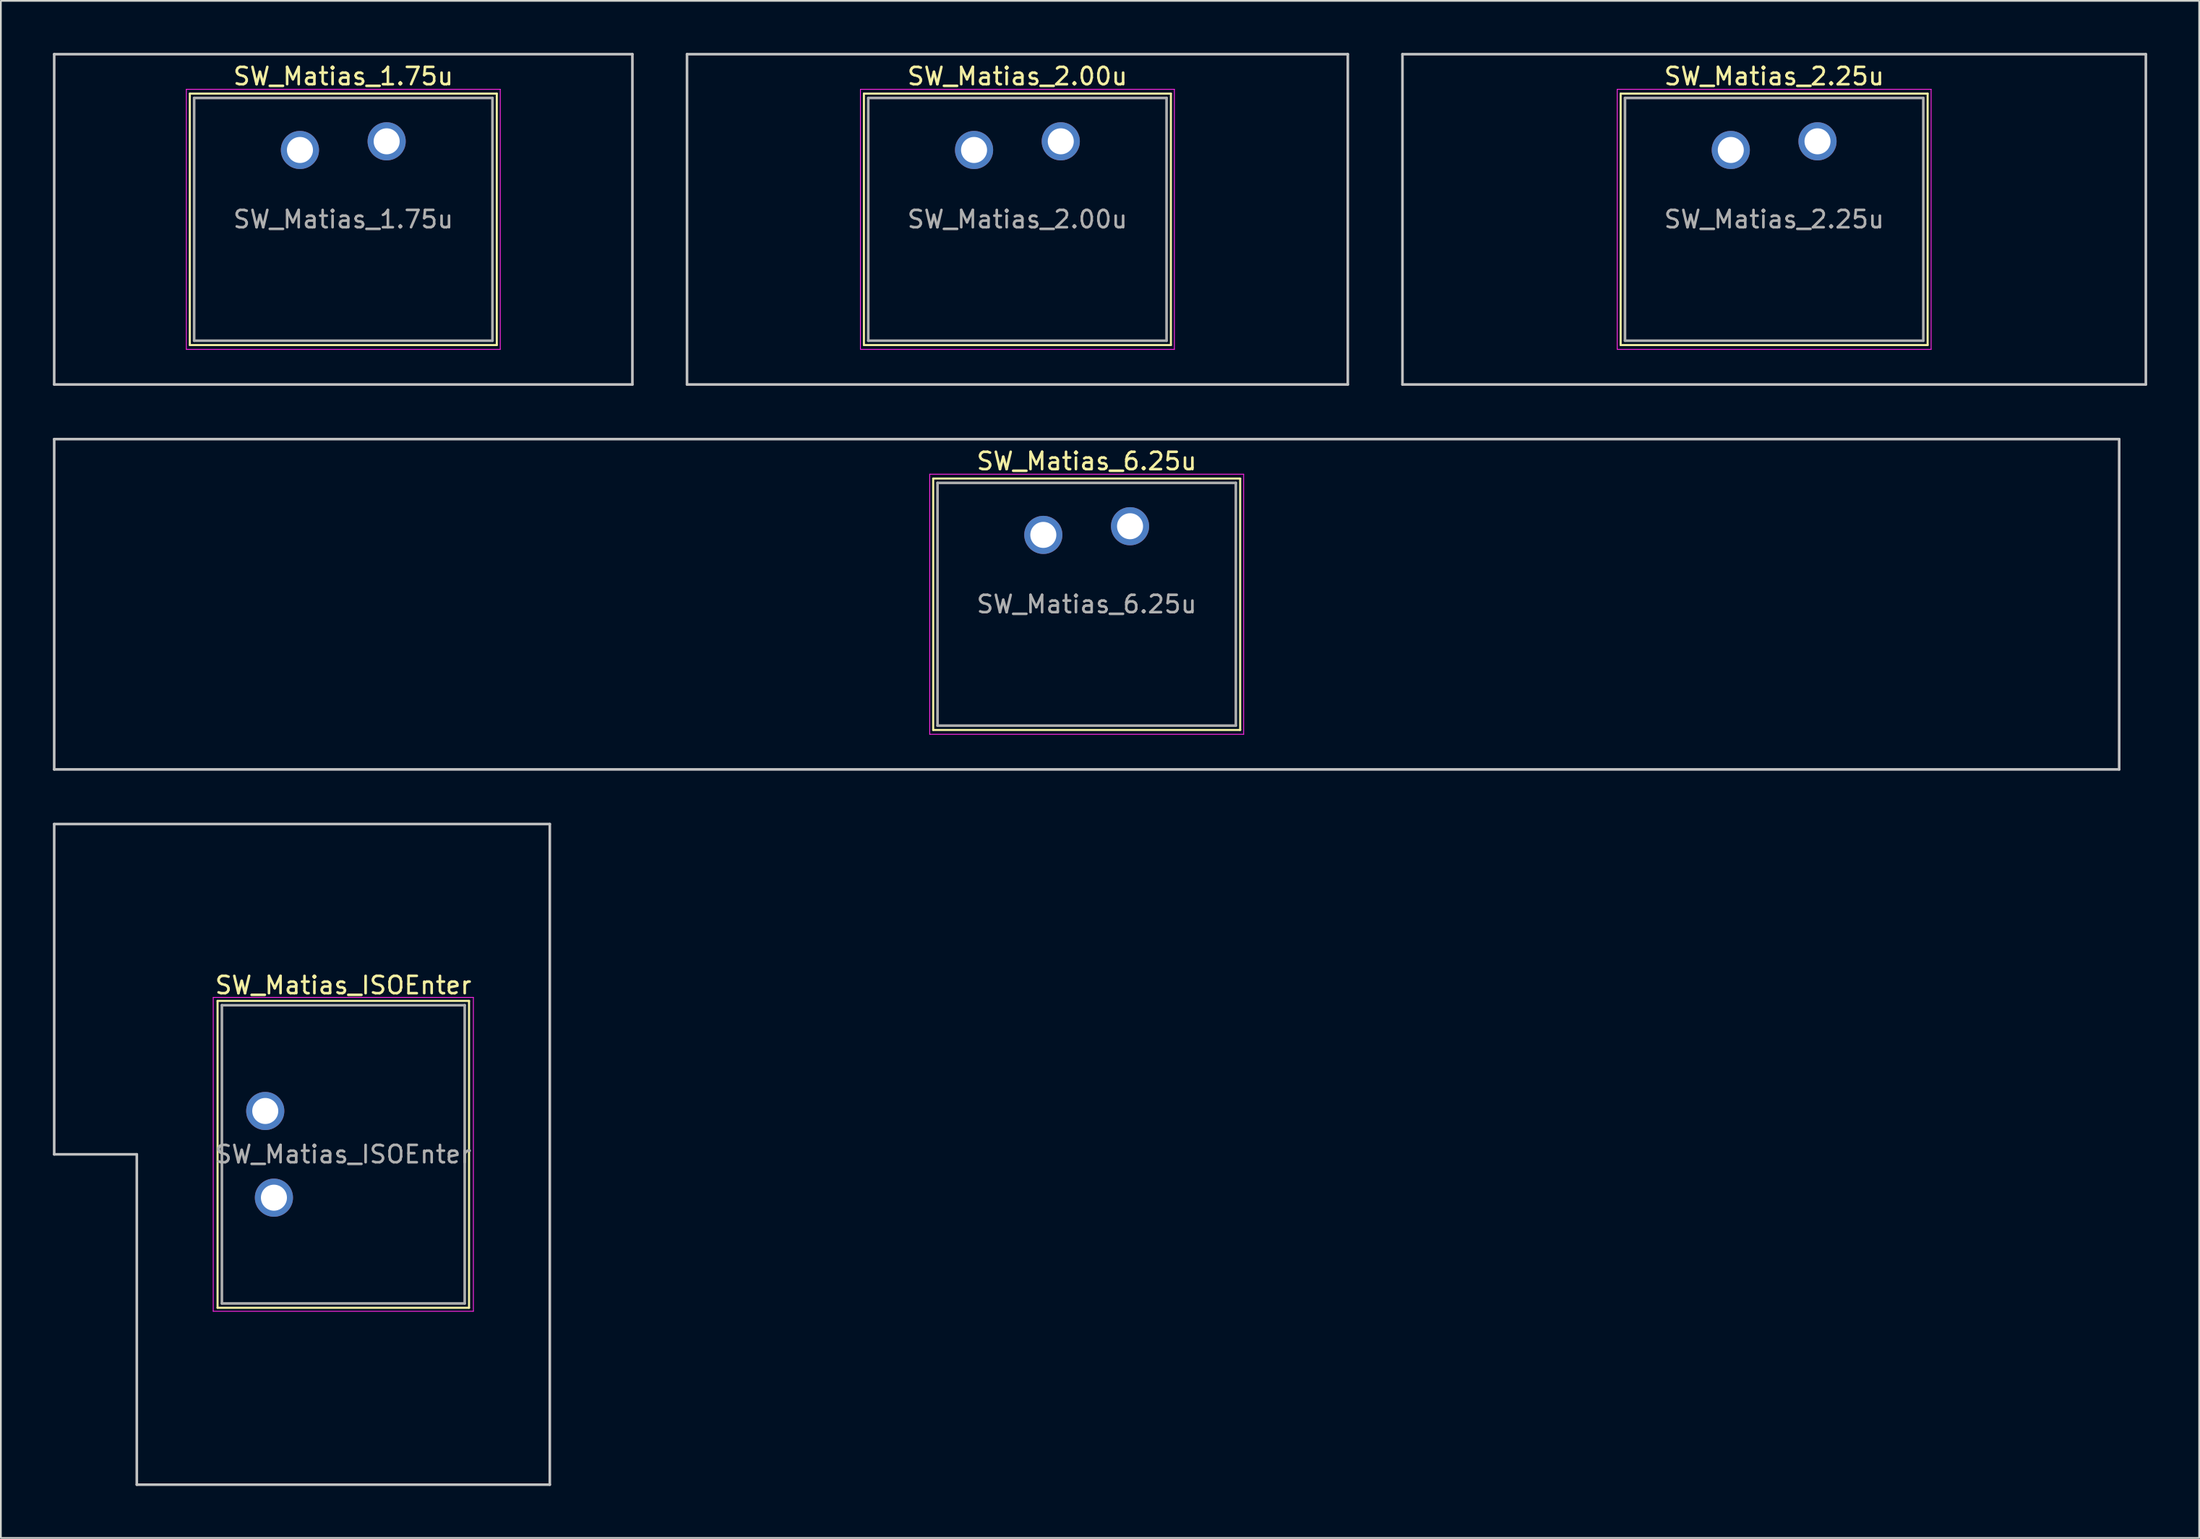
<source format=kicad_pcb>
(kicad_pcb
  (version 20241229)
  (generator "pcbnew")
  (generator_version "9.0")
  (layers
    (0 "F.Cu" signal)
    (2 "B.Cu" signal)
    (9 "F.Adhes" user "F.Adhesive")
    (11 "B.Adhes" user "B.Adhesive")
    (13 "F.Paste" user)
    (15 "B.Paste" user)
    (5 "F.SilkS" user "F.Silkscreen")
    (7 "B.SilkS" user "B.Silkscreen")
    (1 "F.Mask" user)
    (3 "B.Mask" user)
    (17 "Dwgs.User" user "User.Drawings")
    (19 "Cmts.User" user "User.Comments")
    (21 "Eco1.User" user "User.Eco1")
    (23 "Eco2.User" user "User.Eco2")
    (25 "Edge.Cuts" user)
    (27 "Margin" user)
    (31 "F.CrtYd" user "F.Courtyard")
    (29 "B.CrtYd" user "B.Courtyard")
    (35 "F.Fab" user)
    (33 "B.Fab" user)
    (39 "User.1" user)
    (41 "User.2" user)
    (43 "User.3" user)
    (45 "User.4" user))
  (footprint "SW_Matias_2.25u"
    (layer "F.Cu")
    (at 101.744 5.1)
    (property "Reference" "SW_Matias_2.25u" (at -2.5 -3.75 0) (layer "F.SilkS") (effects (font (size 1 1) (thickness 0.15))))
    (attr through_hole)
    (fp_line (start -11.35 -2.75) (end 6.35 -2.75) (stroke (width 0.12) (type solid)) (layer "F.SilkS"))
    (fp_line (start -11.35 11.75) (end -11.35 -2.75) (stroke (width 0.12) (type solid)) (layer "F.SilkS"))
    (fp_line (start 6.35 -2.75) (end 6.35 11.75) (stroke (width 0.12) (type solid)) (layer "F.SilkS"))
    (fp_line (start 6.35 11.75) (end -11.35 11.75) (stroke (width 0.12) (type solid)) (layer "F.SilkS"))
    (fp_line (start -23.931 -5.025) (end 18.931 -5.025) (stroke (width 0.15) (type solid)) (layer "Dwgs.User"))
    (fp_line (start -23.931 14.025) (end -23.931 -5.025) (stroke (width 0.15) (type solid)) (layer "Dwgs.User"))
    (fp_line (start 18.931 -5.025) (end 18.931 14.025) (stroke (width 0.15) (type solid)) (layer "Dwgs.User"))
    (fp_line (start 18.931 14.025) (end -23.931 14.025) (stroke (width 0.15) (type solid)) (layer "Dwgs.User"))
    (fp_line (start -11.55 -3) (end -11.55 12) (stroke (width 0.05) (type solid)) (layer "F.CrtYd"))
    (fp_line (start -11.55 -3) (end 6.55 -3) (stroke (width 0.05) (type solid)) (layer "F.CrtYd"))
    (fp_line (start -11.55 12) (end 6.55 12) (stroke (width 0.05) (type solid)) (layer "F.CrtYd"))
    (fp_line (start 6.55 12) (end 6.55 -3) (stroke (width 0.05) (type solid)) (layer "F.CrtYd"))
    (fp_line (start -11.1 -2.5) (end 6.1 -2.5) (stroke (width 0.15) (type solid)) (layer "F.Fab"))
    (fp_line (start -11.1 11.5) (end -11.1 -2.5) (stroke (width 0.15) (type solid)) (layer "F.Fab"))
    (fp_line (start 6.1 -2.5) (end 6.1 11.5) (stroke (width 0.15) (type solid)) (layer "F.Fab"))
    (fp_line (start 6.1 11.5) (end -11.1 11.5) (stroke (width 0.15) (type solid)) (layer "F.Fab"))
    (fp_text user "${REFERENCE}" (at -2.5 4.5 0) (layer "F.Fab") (effects (font (size 1 1) (thickness 0.15))))
    (pad "1" thru_hole circle (at 0 0) (size 2.2 2.2) (drill 1.5) (layers "*.Cu" "*.Mask"))
    (pad "2" thru_hole circle (at -5 0.5) (size 2.2 2.2) (drill 1.5) (layers "*.Cu" "*.Mask")))
  (footprint "SW_Matias_ISOEnter"
    (layer "F.Cu")
    (at 12.244 61.025)
    (property "Reference" "SW_Matias_ISOEnter" (at 4.5 -7.25 0) (layer "F.SilkS") (effects (font (size 1 1) (thickness 0.15))))
    (attr through_hole)
    (fp_line (start -2.75 -6.35) (end 11.75 -6.35) (stroke (width 0.12) (type solid)) (layer "F.SilkS"))
    (fp_line (start -2.75 11.35) (end -2.75 -6.35) (stroke (width 0.12) (type solid)) (layer "F.SilkS"))
    (fp_line (start 11.75 -6.35) (end 11.75 11.35) (stroke (width 0.12) (type solid)) (layer "F.SilkS"))
    (fp_line (start 11.75 11.35) (end -2.75 11.35) (stroke (width 0.12) (type solid)) (layer "F.SilkS"))
    (fp_line (start -12.169 -16.55) (end -12.169 2.5) (stroke (width 0.15) (type solid)) (layer "Dwgs.User"))
    (fp_line (start -12.169 -16.55) (end 16.406 -16.55) (stroke (width 0.15) (type solid)) (layer "Dwgs.User"))
    (fp_line (start -12.169 2.5) (end -7.406 2.5) (stroke (width 0.15) (type solid)) (layer "Dwgs.User"))
    (fp_line (start -7.406 21.55) (end -7.406 2.5) (stroke (width 0.15) (type solid)) (layer "Dwgs.User"))
    (fp_line (start 16.406 -16.55) (end 16.406 21.55) (stroke (width 0.15) (type solid)) (layer "Dwgs.User"))
    (fp_line (start 16.406 21.55) (end -7.406 21.55) (stroke (width 0.15) (type solid)) (layer "Dwgs.User"))
    (fp_line (start -3 11.55) (end -3 -6.55) (stroke (width 0.05) (type solid)) (layer "F.CrtYd"))
    (fp_line (start -3 11.55) (end 12 11.55) (stroke (width 0.05) (type solid)) (layer "F.CrtYd"))
    (fp_line (start 12 -6.55) (end -3 -6.55) (stroke (width 0.05) (type solid)) (layer "F.CrtYd"))
    (fp_line (start 12 11.55) (end 12 -6.55) (stroke (width 0.05) (type solid)) (layer "F.CrtYd"))
    (fp_line (start -2.5 -6.1) (end 11.5 -6.1) (stroke (width 0.15) (type solid)) (layer "F.Fab"))
    (fp_line (start -2.5 11.1) (end -2.5 -6.1) (stroke (width 0.15) (type solid)) (layer "F.Fab"))
    (fp_line (start 11.5 -6.1) (end 11.5 11.1) (stroke (width 0.15) (type solid)) (layer "F.Fab"))
    (fp_line (start 11.5 11.1) (end -2.5 11.1) (stroke (width 0.15) (type solid)) (layer "F.Fab"))
    (fp_text user "${REFERENCE}" (at 4.5 2.5 180) (layer "F.Fab") (effects (font (size 1 1) (thickness 0.15))))
    (pad "1" thru_hole circle (at 0 0) (size 2.2 2.2) (drill 1.5) (layers "*.Cu" "*.Mask"))
    (pad "2" thru_hole circle (at 0.5 5) (size 2.2 2.2) (drill 1.5) (layers "*.Cu" "*.Mask")))
  (footprint "SW_Matias_1.75u"
    (layer "F.Cu")
    (at 19.244 5.1)
    (property "Reference" "SW_Matias_1.75u" (at -2.5 -3.75 0) (layer "F.SilkS") (effects (font (size 1 1) (thickness 0.15))))
    (attr through_hole)
    (fp_line (start -11.35 -2.75) (end 6.35 -2.75) (stroke (width 0.12) (type solid)) (layer "F.SilkS"))
    (fp_line (start -11.35 11.75) (end -11.35 -2.75) (stroke (width 0.12) (type solid)) (layer "F.SilkS"))
    (fp_line (start 6.35 -2.75) (end 6.35 11.75) (stroke (width 0.12) (type solid)) (layer "F.SilkS"))
    (fp_line (start 6.35 11.75) (end -11.35 11.75) (stroke (width 0.12) (type solid)) (layer "F.SilkS"))
    (fp_line (start -19.169 -5.025) (end 14.169 -5.025) (stroke (width 0.15) (type solid)) (layer "Dwgs.User"))
    (fp_line (start -19.169 14.025) (end -19.169 -5.025) (stroke (width 0.15) (type solid)) (layer "Dwgs.User"))
    (fp_line (start 14.169 -5.025) (end 14.169 14.025) (stroke (width 0.15) (type solid)) (layer "Dwgs.User"))
    (fp_line (start 14.169 14.025) (end -19.169 14.025) (stroke (width 0.15) (type solid)) (layer "Dwgs.User"))
    (fp_line (start -11.55 -3) (end -11.55 12) (stroke (width 0.05) (type solid)) (layer "F.CrtYd"))
    (fp_line (start -11.55 -3) (end 6.55 -3) (stroke (width 0.05) (type solid)) (layer "F.CrtYd"))
    (fp_line (start -11.55 12) (end 6.55 12) (stroke (width 0.05) (type solid)) (layer "F.CrtYd"))
    (fp_line (start 6.55 12) (end 6.55 -3) (stroke (width 0.05) (type solid)) (layer "F.CrtYd"))
    (fp_line (start -11.1 -2.5) (end 6.1 -2.5) (stroke (width 0.15) (type solid)) (layer "F.Fab"))
    (fp_line (start -11.1 11.5) (end -11.1 -2.5) (stroke (width 0.15) (type solid)) (layer "F.Fab"))
    (fp_line (start 6.1 -2.5) (end 6.1 11.5) (stroke (width 0.15) (type solid)) (layer "F.Fab"))
    (fp_line (start 6.1 11.5) (end -11.1 11.5) (stroke (width 0.15) (type solid)) (layer "F.Fab"))
    (fp_text user "${REFERENCE}" (at -2.5 4.5 0) (layer "F.Fab") (effects (font (size 1 1) (thickness 0.15))))
    (pad "1" thru_hole circle (at 0 0) (size 2.2 2.2) (drill 1.5) (layers "*.Cu" "*.Mask"))
    (pad "2" thru_hole circle (at -5 0.5) (size 2.2 2.2) (drill 1.5) (layers "*.Cu" "*.Mask")))
  (footprint "SW_Matias_2.00u"
    (layer "F.Cu")
    (at 58.112 5.1)
    (property "Reference" "SW_Matias_2.00u" (at -2.5 -3.75 0) (layer "F.SilkS") (effects (font (size 1 1) (thickness 0.15))))
    (attr through_hole)
    (fp_line (start -11.35 -2.75) (end 6.35 -2.75) (stroke (width 0.12) (type solid)) (layer "F.SilkS"))
    (fp_line (start -11.35 11.75) (end -11.35 -2.75) (stroke (width 0.12) (type solid)) (layer "F.SilkS"))
    (fp_line (start 6.35 -2.75) (end 6.35 11.75) (stroke (width 0.12) (type solid)) (layer "F.SilkS"))
    (fp_line (start 6.35 11.75) (end -11.35 11.75) (stroke (width 0.12) (type solid)) (layer "F.SilkS"))
    (fp_line (start -21.55 -5.025) (end 16.55 -5.025) (stroke (width 0.15) (type solid)) (layer "Dwgs.User"))
    (fp_line (start -21.55 14.025) (end -21.55 -5.025) (stroke (width 0.15) (type solid)) (layer "Dwgs.User"))
    (fp_line (start 16.55 -5.025) (end 16.55 14.025) (stroke (width 0.15) (type solid)) (layer "Dwgs.User"))
    (fp_line (start 16.55 14.025) (end -21.55 14.025) (stroke (width 0.15) (type solid)) (layer "Dwgs.User"))
    (fp_line (start -11.55 -3) (end -11.55 12) (stroke (width 0.05) (type solid)) (layer "F.CrtYd"))
    (fp_line (start -11.55 -3) (end 6.55 -3) (stroke (width 0.05) (type solid)) (layer "F.CrtYd"))
    (fp_line (start -11.55 12) (end 6.55 12) (stroke (width 0.05) (type solid)) (layer "F.CrtYd"))
    (fp_line (start 6.55 12) (end 6.55 -3) (stroke (width 0.05) (type solid)) (layer "F.CrtYd"))
    (fp_line (start -11.1 -2.5) (end 6.1 -2.5) (stroke (width 0.15) (type solid)) (layer "F.Fab"))
    (fp_line (start -11.1 11.5) (end -11.1 -2.5) (stroke (width 0.15) (type solid)) (layer "F.Fab"))
    (fp_line (start 6.1 -2.5) (end 6.1 11.5) (stroke (width 0.15) (type solid)) (layer "F.Fab"))
    (fp_line (start 6.1 11.5) (end -11.1 11.5) (stroke (width 0.15) (type solid)) (layer "F.Fab"))
    (fp_text user "${REFERENCE}" (at -2.5 4.5 0) (layer "F.Fab") (effects (font (size 1 1) (thickness 0.15))))
    (pad "1" thru_hole circle (at 0 0) (size 2.2 2.2) (drill 1.5) (layers "*.Cu" "*.Mask"))
    (pad "2" thru_hole circle (at -5 0.5) (size 2.2 2.2) (drill 1.5) (layers "*.Cu" "*.Mask")))
  (footprint "SW_Matias_6.25u"
    (layer "F.Cu")
    (at 62.106 27.3)
    (property "Reference" "SW_Matias_6.25u" (at -2.5 -3.75 0) (layer "F.SilkS") (effects (font (size 1 1) (thickness 0.15))))
    (attr through_hole)
    (fp_line (start -11.35 -2.75) (end 6.35 -2.75) (stroke (width 0.12) (type solid)) (layer "F.SilkS"))
    (fp_line (start -11.35 11.75) (end -11.35 -2.75) (stroke (width 0.12) (type solid)) (layer "F.SilkS"))
    (fp_line (start 6.35 -2.75) (end 6.35 11.75) (stroke (width 0.12) (type solid)) (layer "F.SilkS"))
    (fp_line (start 6.35 11.75) (end -11.35 11.75) (stroke (width 0.12) (type solid)) (layer "F.SilkS"))
    (fp_line (start -62.031 -5.025) (end 57.031 -5.025) (stroke (width 0.15) (type solid)) (layer "Dwgs.User"))
    (fp_line (start -62.031 14.025) (end -62.031 -5.025) (stroke (width 0.15) (type solid)) (layer "Dwgs.User"))
    (fp_line (start 57.031 -5.025) (end 57.031 14.025) (stroke (width 0.15) (type solid)) (layer "Dwgs.User"))
    (fp_line (start 57.031 14.025) (end -62.031 14.025) (stroke (width 0.15) (type solid)) (layer "Dwgs.User"))
    (fp_line (start -11.55 -3) (end -11.55 12) (stroke (width 0.05) (type solid)) (layer "F.CrtYd"))
    (fp_line (start -11.55 -3) (end 6.55 -3) (stroke (width 0.05) (type solid)) (layer "F.CrtYd"))
    (fp_line (start -11.55 12) (end 6.55 12) (stroke (width 0.05) (type solid)) (layer "F.CrtYd"))
    (fp_line (start 6.55 12) (end 6.55 -3) (stroke (width 0.05) (type solid)) (layer "F.CrtYd"))
    (fp_line (start -11.1 -2.5) (end 6.1 -2.5) (stroke (width 0.15) (type solid)) (layer "F.Fab"))
    (fp_line (start -11.1 11.5) (end -11.1 -2.5) (stroke (width 0.15) (type solid)) (layer "F.Fab"))
    (fp_line (start 6.1 -2.5) (end 6.1 11.5) (stroke (width 0.15) (type solid)) (layer "F.Fab"))
    (fp_line (start 6.1 11.5) (end -11.1 11.5) (stroke (width 0.15) (type solid)) (layer "F.Fab"))
    (fp_text user "${REFERENCE}" (at -2.5 4.5 0) (layer "F.Fab") (effects (font (size 1 1) (thickness 0.15))))
    (pad "1" thru_hole circle (at 0 0) (size 2.2 2.2) (drill 1.5) (layers "*.Cu" "*.Mask"))
    (pad "2" thru_hole circle (at -5 0.5) (size 2.2 2.2) (drill 1.5) (layers "*.Cu" "*.Mask")))
  (gr_rect
    (start -3 -3)
    (end 123.75 85.65)
    (stroke (width 0.1) (type default))
    (fill no)
    (layer "Edge.Cuts")))
</source>
